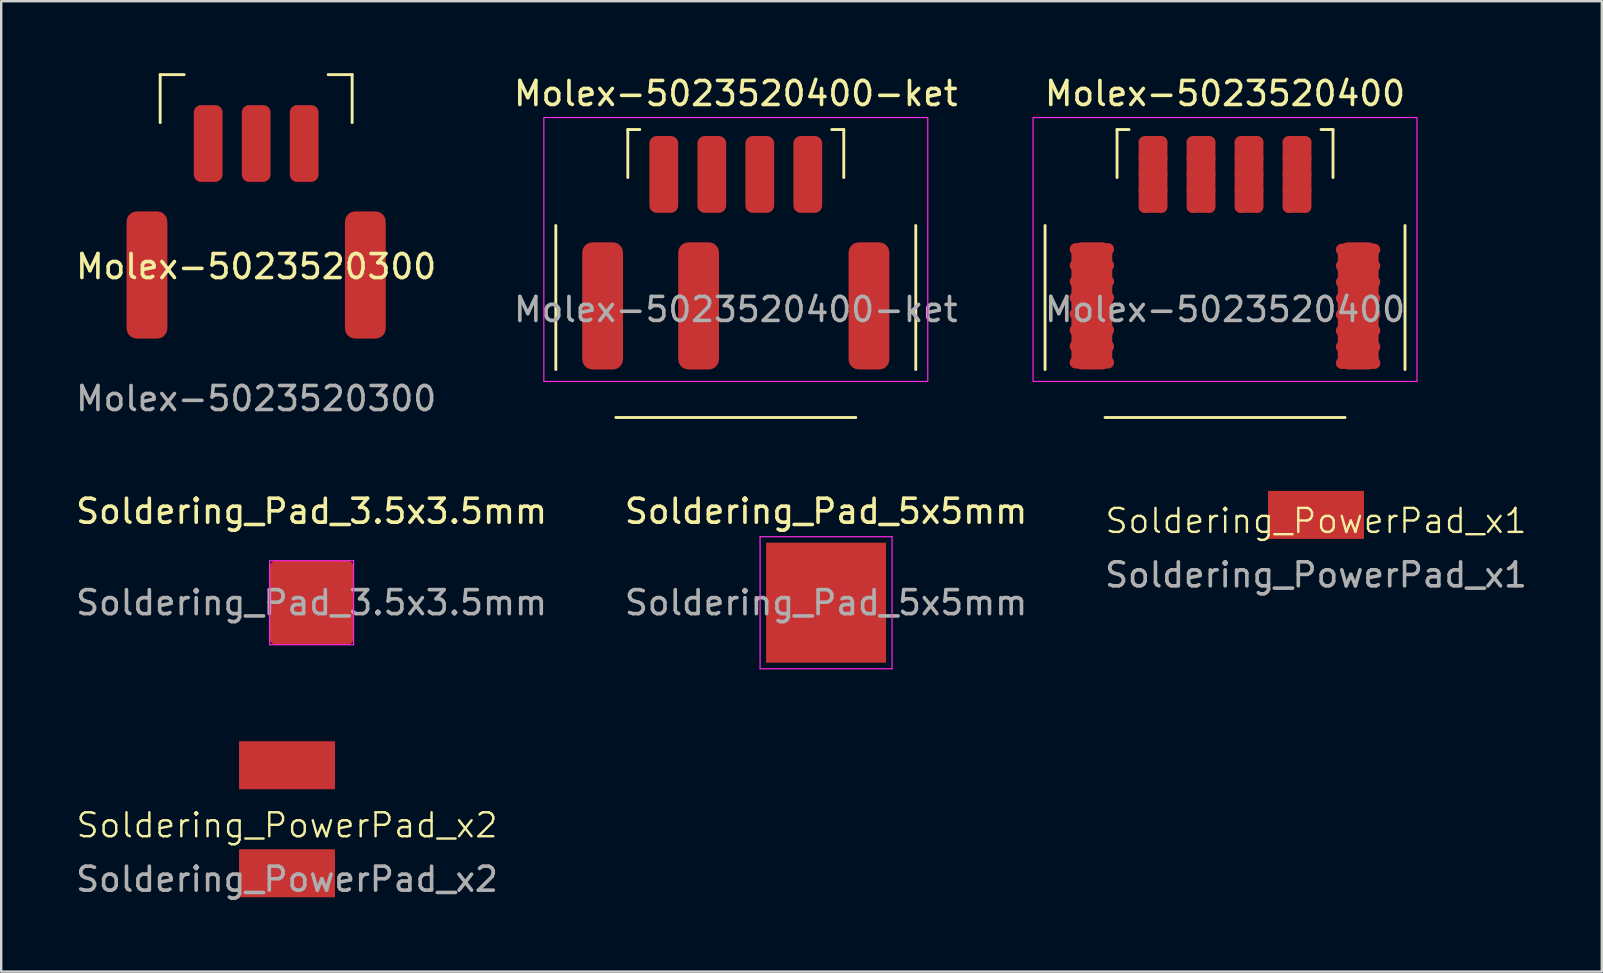
<source format=kicad_pcb>
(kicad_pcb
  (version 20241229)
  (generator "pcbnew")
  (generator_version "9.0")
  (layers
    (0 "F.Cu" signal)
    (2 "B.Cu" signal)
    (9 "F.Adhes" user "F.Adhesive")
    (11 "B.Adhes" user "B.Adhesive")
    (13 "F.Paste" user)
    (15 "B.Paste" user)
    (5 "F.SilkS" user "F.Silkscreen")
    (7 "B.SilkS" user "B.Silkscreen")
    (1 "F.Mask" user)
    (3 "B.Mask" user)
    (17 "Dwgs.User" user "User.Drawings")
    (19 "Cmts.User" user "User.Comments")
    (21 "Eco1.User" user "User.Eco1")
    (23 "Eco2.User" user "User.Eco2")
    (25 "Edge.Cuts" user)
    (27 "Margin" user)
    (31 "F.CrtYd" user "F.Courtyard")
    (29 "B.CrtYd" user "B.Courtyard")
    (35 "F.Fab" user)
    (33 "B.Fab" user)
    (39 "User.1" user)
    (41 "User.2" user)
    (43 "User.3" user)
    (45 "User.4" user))
  (footprint "Soldering_Pad_5x5mm"
    (layer "F.Cu")
    (at 31.375 22.067)
    (property "Reference" "Soldering_Pad_5x5mm" (at 0 -3.81 0) (layer "F.SilkS") (effects (font (size 1 1) (thickness 0.15))))
    (attr smd exclude_from_pos_files exclude_from_bom)
    (fp_line (start -2.75 -2.75) (end -2.75 2.75) (stroke (width 0.05) (type solid)) (layer "F.CrtYd"))
    (fp_line (start -2.75 2.75) (end 2.75 2.75) (stroke (width 0.05) (type solid)) (layer "F.CrtYd"))
    (fp_line (start 2.75 -2.75) (end -2.75 -2.75) (stroke (width 0.05) (type solid)) (layer "F.CrtYd"))
    (fp_line (start 2.75 2.75) (end 2.75 -2.75) (stroke (width 0.05) (type solid)) (layer "F.CrtYd"))
    (fp_text user "${REFERENCE}" (at 0 0 0) (layer "F.Fab") (effects (font (size 1 1) (thickness 0.15))))
    (pad "1" smd rect (at 0 0) (size 5 5) (layers "F.Cu" "F.Mask" "F.Paste")))
  (footprint "Molex-5023520300"
    (layer "F.Cu")
    (at 7.625 11.06)
    (property "Reference" "Molex-5023520300" (at 0 -3 0) (unlocked yes) (layer "F.SilkS") (effects (font (size 1 1) (thickness 0.15))))
    (attr smd)
    (fp_line (start -4 -11) (end -4 -9) (stroke (width 0.12) (type solid)) (layer "F.SilkS"))
    (fp_line (start -3 -11) (end -4 -11) (stroke (width 0.12) (type solid)) (layer "F.SilkS"))
    (fp_line (start 3 -11) (end 4 -11) (stroke (width 0.12) (type solid)) (layer "F.SilkS"))
    (fp_line (start 4 -11) (end 4 -9) (stroke (width 0.12) (type solid)) (layer "F.SilkS"))
    (fp_text user "${REFERENCE}" (at 0 2.5 0) (unlocked yes) (layer "F.Fab") (effects (font (size 1 1) (thickness 0.15))))
    (pad "1" smd roundrect (at -2 -8.13) (size 1.2 3.2) (layers "F.Cu" "F.Mask" "F.Paste") (roundrect_rratio 0.25))
    (pad "2" smd roundrect (at 0 -8.13) (size 1.2 3.2) (layers "F.Cu" "F.Mask" "F.Paste") (roundrect_rratio 0.25))
    (pad "3" smd roundrect (at -4.55 -2.65) (size 1.7 5.3) (layers "F.Cu" "F.Mask" "F.Paste") (roundrect_rratio 0.25))
    (pad "3" smd roundrect (at 2 -8.13) (size 1.2 3.2) (layers "F.Cu" "F.Mask" "F.Paste") (roundrect_rratio 0.25))
    (pad "3" smd roundrect (at 4.55 -2.65) (size 1.7 5.3) (layers "F.Cu" "F.Mask" "F.Paste") (roundrect_rratio 0.25)))
  (footprint "Soldering_PowerPad_x2"
    (layer "F.Cu")
    (at 8.911 31.091)
    (property "Reference" "Soldering_PowerPad_x2" (at 0 0.25 0) (unlocked yes) (layer "F.SilkS") (effects (font (size 1 1) (thickness 0.1))))
    (attr smd)
    (fp_text user "${REFERENCE}" (at 0 2.5 0) (unlocked yes) (layer "F.Fab") (effects (font (size 1 1) (thickness 0.15))))
    (pad "1" smd rect (at 0 -2.25) (size 4 2) (layers "F.Cu" "F.Mask" "F.Paste"))
    (pad "2" smd rect (at 0 2.25) (size 4 2) (layers "F.Cu" "F.Mask" "F.Paste")))
  (footprint "Molex-5023520400-ket"
    (layer "F.Cu")
    (at 27.613 12.348)
    (property "Reference" "Molex-5023520400-ket" (at 0 -11.5 0) (unlocked yes) (layer "F.SilkS") (effects (font (size 1 1) (thickness 0.15))))
    (attr smd)
    (fp_line (start -7.5 0) (end -7.5 -6) (stroke (width 0.12) (type solid)) (layer "F.SilkS"))
    (fp_line (start -5 2) (end 5 2) (stroke (width 0.12) (type solid)) (layer "F.SilkS"))
    (fp_line (start -4.5 -10) (end -4.5 -8) (stroke (width 0.12) (type solid)) (layer "F.SilkS"))
    (fp_line (start -4 -10) (end -4.5 -10) (stroke (width 0.12) (type solid)) (layer "F.SilkS"))
    (fp_line (start 4 -10) (end 4.5 -10) (stroke (width 0.12) (type solid)) (layer "F.SilkS"))
    (fp_line (start 4.5 -10) (end 4.5 -8) (stroke (width 0.12) (type solid)) (layer "F.SilkS"))
    (fp_line (start 7.5 0) (end 7.5 -6) (stroke (width 0.12) (type solid)) (layer "F.SilkS"))
    (fp_rect (start -8 0.5) (end 8 -10.5) (stroke (width 0.05) (type solid)) (fill no) (layer "F.CrtYd"))
    (fp_text user "${REFERENCE}" (at 0 -2.5 0) (unlocked yes) (layer "F.Fab") (effects (font (size 1 1) (thickness 0.15))))
    (pad "1" smd roundrect (at -3 -8.13) (size 1.2 3.2) (layers "F.Cu" "F.Mask" "F.Paste") (roundrect_rratio 0.25))
    (pad "2" smd roundrect (at -1 -8.13) (size 1.2 3.2) (layers "F.Cu" "F.Mask" "F.Paste") (roundrect_rratio 0.25))
    (pad "3" smd roundrect (at 1 -8.13) (size 1.2 3.2) (layers "F.Cu" "F.Mask" "F.Paste") (roundrect_rratio 0.25))
    (pad "4" smd roundrect (at 3 -8.13) (size 1.2 3.2) (layers "F.Cu" "F.Mask" "F.Paste") (roundrect_rratio 0.25))
    (pad "5" smd roundrect (at -5.55 -2.65) (size 1.7 5.3) (layers "F.Cu" "F.Mask" "F.Paste") (roundrect_rratio 0.25))
    (pad "5" smd roundrect (at -1.55 -2.65) (size 1.7 5.3) (layers "F.Cu" "F.Mask" "F.Paste") (roundrect_rratio 0.25))
    (pad "5" smd roundrect (at 5.55 -2.65) (size 1.7 5.3) (layers "F.Cu" "F.Mask" "F.Paste") (roundrect_rratio 0.25)))
  (footprint "Molex-5023520400"
    (layer "F.Cu")
    (at 48.001 12.348)
    (property "Reference" "Molex-5023520400" (at 0 -11.5 0) (unlocked yes) (layer "F.SilkS") (effects (font (size 1 1) (thickness 0.15))))
    (attr smd)
    (fp_line (start -7.5 0) (end -7.5 -6) (stroke (width 0.12) (type solid)) (layer "F.SilkS"))
    (fp_line (start -5 2) (end 5 2) (stroke (width 0.12) (type solid)) (layer "F.SilkS"))
    (fp_line (start -4.5 -10) (end -4.5 -8) (stroke (width 0.12) (type solid)) (layer "F.SilkS"))
    (fp_line (start -4 -10) (end -4.5 -10) (stroke (width 0.12) (type solid)) (layer "F.SilkS"))
    (fp_line (start 4 -10) (end 4.5 -10) (stroke (width 0.12) (type solid)) (layer "F.SilkS"))
    (fp_line (start 4.5 -10) (end 4.5 -8) (stroke (width 0.12) (type solid)) (layer "F.SilkS"))
    (fp_line (start 7.5 0) (end 7.5 -6) (stroke (width 0.12) (type solid)) (layer "F.SilkS"))
    (fp_rect (start -8 0.5) (end 8 -10.5) (stroke (width 0.05) (type solid)) (fill no) (layer "F.CrtYd"))
    (fp_text user "${REFERENCE}" (at 0 -2.5 0) (unlocked yes) (layer "F.Fab") (effects (font (size 1 1) (thickness 0.15))))
    (pad "1" smd roundrect (at -3 -8.13) (size 1.2 3.2) (layers "F.Cu" "F.Mask" "F.Paste") (roundrect_rratio 0.25))
    (pad "2" smd roundrect (at -1 -8.13) (size 1.2 3.2) (layers "F.Cu" "F.Mask" "F.Paste") (roundrect_rratio 0.25))
    (pad "3" smd roundrect (at 1 -8.13) (size 1.2 3.2) (layers "F.Cu" "F.Mask" "F.Paste") (roundrect_rratio 0.25))
    (pad "4" smd roundrect (at 3 -8.13) (size 1.2 3.2) (layers "F.Cu" "F.Mask" "F.Paste") (roundrect_rratio 0.25))
    (pad "5" smd roundrect (at -5.55 -2.65) (size 1.7 5.3) (layers "F.Cu" "F.Mask" "F.Paste") (roundrect_rratio 0.25))
    (pad "5" smd roundrect (at 5.55 -2.65) (size 1.7 5.3) (layers "F.Cu" "F.Mask" "F.Paste") (roundrect_rratio 0.25))
    (pad "N" smd circle (at -6.225 -5.015) (size 0.5 0.5) (layers "F.Cu" "Eco2.User"))
    (pad "N" smd circle (at -6.225 -4.34) (size 0.5 0.5) (layers "F.Cu" "Eco2.User"))
    (pad "N" smd circle (at -6.225 -3.665) (size 0.5 0.5) (layers "F.Cu" "Eco2.User"))
    (pad "N" smd circle (at -6.225 -2.99) (size 0.5 0.5) (layers "F.Cu" "Eco2.User"))
    (pad "N" smd circle (at -6.225 -2.315) (size 0.5 0.5) (layers "F.Cu" "Eco2.User"))
    (pad "N" smd circle (at -6.225 -1.64) (size 0.5 0.5) (layers "F.Cu" "Eco2.User"))
    (pad "N" smd circle (at -6.225 -0.965) (size 0.5 0.5) (layers "F.Cu" "Eco2.User"))
    (pad "N" smd circle (at -6.225 -0.29) (size 0.5 0.5) (layers "F.Cu" "Eco2.User"))
    (pad "N" smd circle (at -5.55 -5.015) (size 0.5 0.5) (layers "F.Cu" "Eco2.User"))
    (pad "N" smd circle (at -5.55 -4.34) (size 0.5 0.5) (layers "F.Cu" "Eco2.User"))
    (pad "N" smd circle (at -5.55 -3.665) (size 0.5 0.5) (layers "F.Cu" "Eco2.User"))
    (pad "N" smd circle (at -5.55 -2.99) (size 0.5 0.5) (layers "F.Cu" "Eco2.User"))
    (pad "N" smd circle (at -5.55 -2.315) (size 0.5 0.5) (layers "F.Cu" "Eco2.User"))
    (pad "N" smd circle (at -5.55 -1.64) (size 0.5 0.5) (layers "F.Cu" "Eco2.User"))
    (pad "N" smd circle (at -5.55 -0.965) (size 0.5 0.5) (layers "F.Cu" "Eco2.User"))
    (pad "N" smd circle (at -5.55 -0.29) (size 0.5 0.5) (layers "F.Cu" "Eco2.User"))
    (pad "N" smd circle (at -4.875 -5.015) (size 0.5 0.5) (layers "F.Cu" "Eco2.User"))
    (pad "N" smd circle (at -4.875 -4.34) (size 0.5 0.5) (layers "F.Cu" "Eco2.User"))
    (pad "N" smd circle (at -4.875 -3.665) (size 0.5 0.5) (layers "F.Cu" "Eco2.User"))
    (pad "N" smd circle (at -4.875 -2.99) (size 0.5 0.5) (layers "F.Cu" "Eco2.User"))
    (pad "N" smd circle (at -4.875 -2.315) (size 0.5 0.5) (layers "F.Cu" "Eco2.User"))
    (pad "N" smd circle (at -4.875 -1.64) (size 0.5 0.5) (layers "F.Cu" "Eco2.User"))
    (pad "N" smd circle (at -4.875 -0.965) (size 0.5 0.5) (layers "F.Cu" "Eco2.User"))
    (pad "N" smd circle (at -4.875 -0.29) (size 0.5 0.5) (layers "F.Cu" "Eco2.User"))
    (pad "N" smd circle (at -3.35 -9.475) (size 0.5 0.5) (layers "F.Cu" "Eco2.User"))
    (pad "N" smd circle (at -3.35 -8.8) (size 0.5 0.5) (layers "F.Cu" "Eco2.User"))
    (pad "N" smd circle (at -3.35 -8.125) (size 0.5 0.5) (layers "F.Cu" "Eco2.User"))
    (pad "N" smd circle (at -3.35 -7.45) (size 0.5 0.5) (layers "F.Cu" "Eco2.User"))
    (pad "N" smd circle (at -3.35 -6.775) (size 0.5 0.5) (layers "F.Cu" "Eco2.User"))
    (pad "N" smd circle (at -2.65 -9.475) (size 0.5 0.5) (layers "F.Cu" "Eco2.User"))
    (pad "N" smd circle (at -2.65 -8.8) (size 0.5 0.5) (layers "F.Cu" "Eco2.User"))
    (pad "N" smd circle (at -2.65 -8.125) (size 0.5 0.5) (layers "F.Cu" "Eco2.User"))
    (pad "N" smd circle (at -2.65 -7.45) (size 0.5 0.5) (layers "F.Cu" "Eco2.User"))
    (pad "N" smd circle (at -2.65 -6.775) (size 0.5 0.5) (layers "F.Cu" "Eco2.User"))
    (pad "N" smd circle (at -1.35 -9.475) (size 0.5 0.5) (layers "F.Cu" "Eco2.User"))
    (pad "N" smd circle (at -1.35 -8.8) (size 0.5 0.5) (layers "F.Cu" "Eco2.User"))
    (pad "N" smd circle (at -1.35 -8.125) (size 0.5 0.5) (layers "F.Cu" "Eco2.User"))
    (pad "N" smd circle (at -1.35 -7.45) (size 0.5 0.5) (layers "F.Cu" "Eco2.User"))
    (pad "N" smd circle (at -1.35 -6.775) (size 0.5 0.5) (layers "F.Cu" "Eco2.User"))
    (pad "N" smd circle (at -0.65 -9.475) (size 0.5 0.5) (layers "F.Cu" "Eco2.User"))
    (pad "N" smd circle (at -0.65 -8.8) (size 0.5 0.5) (layers "F.Cu" "Eco2.User"))
    (pad "N" smd circle (at -0.65 -8.125) (size 0.5 0.5) (layers "F.Cu" "Eco2.User"))
    (pad "N" smd circle (at -0.65 -7.45) (size 0.5 0.5) (layers "F.Cu" "Eco2.User"))
    (pad "N" smd circle (at -0.65 -6.775) (size 0.5 0.5) (layers "F.Cu" "Eco2.User"))
    (pad "N" smd circle (at 0.65 -9.475) (size 0.5 0.5) (layers "F.Cu" "Eco2.User"))
    (pad "N" smd circle (at 0.65 -8.8) (size 0.5 0.5) (layers "F.Cu" "Eco2.User"))
    (pad "N" smd circle (at 0.65 -8.125) (size 0.5 0.5) (layers "F.Cu" "Eco2.User"))
    (pad "N" smd circle (at 0.65 -7.45) (size 0.5 0.5) (layers "F.Cu" "Eco2.User"))
    (pad "N" smd circle (at 0.65 -6.775) (size 0.5 0.5) (layers "F.Cu" "Eco2.User"))
    (pad "N" smd circle (at 1.35 -9.475) (size 0.5 0.5) (layers "F.Cu" "Eco2.User"))
    (pad "N" smd circle (at 1.35 -8.8) (size 0.5 0.5) (layers "F.Cu" "Eco2.User"))
    (pad "N" smd circle (at 1.35 -8.125) (size 0.5 0.5) (layers "F.Cu" "Eco2.User"))
    (pad "N" smd circle (at 1.35 -7.45) (size 0.5 0.5) (layers "F.Cu" "Eco2.User"))
    (pad "N" smd circle (at 1.35 -6.775) (size 0.5 0.5) (layers "F.Cu" "Eco2.User"))
    (pad "N" smd circle (at 2.65 -9.475) (size 0.5 0.5) (layers "F.Cu" "Eco2.User"))
    (pad "N" smd circle (at 2.65 -8.8) (size 0.5 0.5) (layers "F.Cu" "Eco2.User"))
    (pad "N" smd circle (at 2.65 -8.125) (size 0.5 0.5) (layers "F.Cu" "Eco2.User"))
    (pad "N" smd circle (at 2.65 -7.45) (size 0.5 0.5) (layers "F.Cu" "Eco2.User"))
    (pad "N" smd circle (at 2.65 -6.775) (size 0.5 0.5) (layers "F.Cu" "Eco2.User"))
    (pad "N" smd circle (at 3.35 -9.475) (size 0.5 0.5) (layers "F.Cu" "Eco2.User"))
    (pad "N" smd circle (at 3.35 -8.8) (size 0.5 0.5) (layers "F.Cu" "Eco2.User"))
    (pad "N" smd circle (at 3.35 -8.125) (size 0.5 0.5) (layers "F.Cu" "Eco2.User"))
    (pad "N" smd circle (at 3.35 -7.45) (size 0.5 0.5) (layers "F.Cu" "Eco2.User"))
    (pad "N" smd circle (at 3.35 -6.775) (size 0.5 0.5) (layers "F.Cu" "Eco2.User"))
    (pad "N" smd circle (at 4.87 -4.995) (size 0.5 0.5) (layers "F.Cu" "Eco2.User"))
    (pad "N" smd circle (at 4.87 -4.32) (size 0.5 0.5) (layers "F.Cu" "Eco2.User"))
    (pad "N" smd circle (at 4.87 -3.645) (size 0.5 0.5) (layers "F.Cu" "Eco2.User"))
    (pad "N" smd circle (at 4.87 -2.97) (size 0.5 0.5) (layers "F.Cu" "Eco2.User"))
    (pad "N" smd circle (at 4.87 -2.295) (size 0.5 0.5) (layers "F.Cu" "Eco2.User"))
    (pad "N" smd circle (at 4.87 -1.62) (size 0.5 0.5) (layers "F.Cu" "Eco2.User"))
    (pad "N" smd circle (at 4.87 -0.945) (size 0.5 0.5) (layers "F.Cu" "Eco2.User"))
    (pad "N" smd circle (at 4.87 -0.27) (size 0.5 0.5) (layers "F.Cu" "Eco2.User"))
    (pad "N" smd circle (at 5.545 -4.995) (size 0.5 0.5) (layers "F.Cu" "Eco2.User"))
    (pad "N" smd circle (at 5.545 -4.32) (size 0.5 0.5) (layers "F.Cu" "Eco2.User"))
    (pad "N" smd circle (at 5.545 -3.645) (size 0.5 0.5) (layers "F.Cu" "Eco2.User"))
    (pad "N" smd circle (at 5.545 -2.97) (size 0.5 0.5) (layers "F.Cu" "Eco2.User"))
    (pad "N" smd circle (at 5.545 -2.295) (size 0.5 0.5) (layers "F.Cu" "Eco2.User"))
    (pad "N" smd circle (at 5.545 -1.62) (size 0.5 0.5) (layers "F.Cu" "Eco2.User"))
    (pad "N" smd circle (at 5.545 -0.945) (size 0.5 0.5) (layers "F.Cu" "Eco2.User"))
    (pad "N" smd circle (at 5.545 -0.27) (size 0.5 0.5) (layers "F.Cu" "Eco2.User"))
    (pad "N" smd circle (at 6.22 -4.995) (size 0.5 0.5) (layers "F.Cu" "Eco2.User"))
    (pad "N" smd circle (at 6.22 -4.32) (size 0.5 0.5) (layers "F.Cu" "Eco2.User"))
    (pad "N" smd circle (at 6.22 -3.645) (size 0.5 0.5) (layers "F.Cu" "Eco2.User"))
    (pad "N" smd circle (at 6.22 -2.97) (size 0.5 0.5) (layers "F.Cu" "Eco2.User"))
    (pad "N" smd circle (at 6.22 -2.295) (size 0.5 0.5) (layers "F.Cu" "Eco2.User"))
    (pad "N" smd circle (at 6.22 -1.62) (size 0.5 0.5) (layers "F.Cu" "Eco2.User"))
    (pad "N" smd circle (at 6.22 -0.945) (size 0.5 0.5) (layers "F.Cu" "Eco2.User"))
    (pad "N" smd circle (at 6.22 -0.27) (size 0.5 0.5) (layers "F.Cu" "Eco2.User")))
  (footprint "Soldering_PowerPad_x1"
    (layer "F.Cu")
    (at 51.792 18.408)
    (property "Reference" "Soldering_PowerPad_x1" (at 0 0.25 0) (unlocked yes) (layer "F.SilkS") (effects (font (size 1 1) (thickness 0.1))))
    (attr smd)
    (fp_text user "${REFERENCE}" (at 0 2.5 0) (unlocked yes) (layer "F.Fab") (effects (font (size 1 1) (thickness 0.15))))
    (pad "1" smd rect (at 0 0) (size 4 2) (layers "F.Cu" "F.Mask" "F.Paste")))
  (footprint "Soldering_Pad_3.5x3.5mm"
    (layer "F.Cu")
    (at 9.935 22.067)
    (property "Reference" "Soldering_Pad_3.5x3.5mm" (at 0 -3.81 0) (layer "F.SilkS") (effects (font (size 1 1) (thickness 0.15))))
    (attr smd exclude_from_pos_files exclude_from_bom)
    (fp_line (start -1.75 -1.75) (end -1.75 1.75) (stroke (width 0.05) (type solid)) (layer "F.CrtYd"))
    (fp_line (start -1.75 1.75) (end 1.75 1.75) (stroke (width 0.05) (type solid)) (layer "F.CrtYd"))
    (fp_line (start 1.75 -1.75) (end -1.75 -1.75) (stroke (width 0.05) (type solid)) (layer "F.CrtYd"))
    (fp_line (start 1.75 1.75) (end 1.75 -1.75) (stroke (width 0.05) (type solid)) (layer "F.CrtYd"))
    (fp_text user "${REFERENCE}" (at 0 0 0) (layer "F.Fab") (effects (font (size 1 1) (thickness 0.15))))
    (pad "1" smd roundrect (at 0 0) (size 3.5 3.5) (layers "F.Cu" "F.Mask" "F.Paste") (roundrect_rratio 0.071)))
  (gr_rect
    (start -3 -3)
    (end 63.702 37.44)
    (stroke (width 0.1) (type default))
    (fill no)
    (layer "Edge.Cuts")))
</source>
